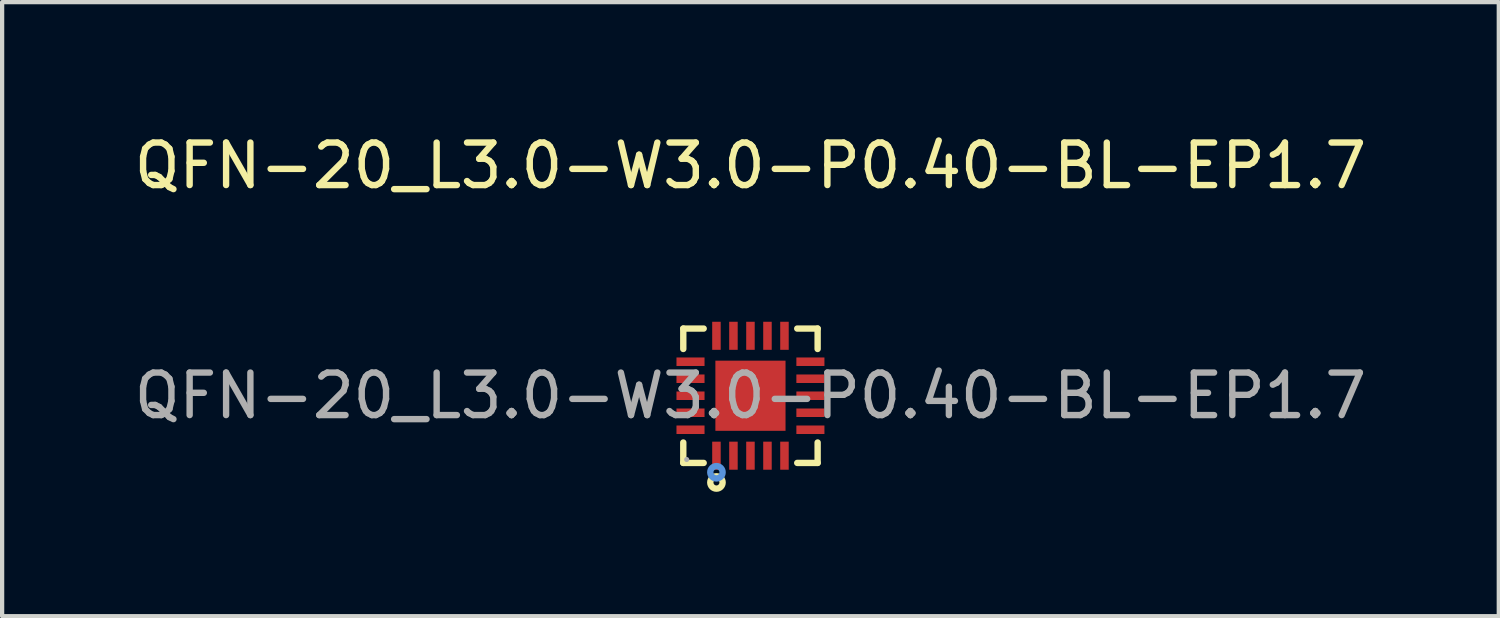
<source format=kicad_pcb>
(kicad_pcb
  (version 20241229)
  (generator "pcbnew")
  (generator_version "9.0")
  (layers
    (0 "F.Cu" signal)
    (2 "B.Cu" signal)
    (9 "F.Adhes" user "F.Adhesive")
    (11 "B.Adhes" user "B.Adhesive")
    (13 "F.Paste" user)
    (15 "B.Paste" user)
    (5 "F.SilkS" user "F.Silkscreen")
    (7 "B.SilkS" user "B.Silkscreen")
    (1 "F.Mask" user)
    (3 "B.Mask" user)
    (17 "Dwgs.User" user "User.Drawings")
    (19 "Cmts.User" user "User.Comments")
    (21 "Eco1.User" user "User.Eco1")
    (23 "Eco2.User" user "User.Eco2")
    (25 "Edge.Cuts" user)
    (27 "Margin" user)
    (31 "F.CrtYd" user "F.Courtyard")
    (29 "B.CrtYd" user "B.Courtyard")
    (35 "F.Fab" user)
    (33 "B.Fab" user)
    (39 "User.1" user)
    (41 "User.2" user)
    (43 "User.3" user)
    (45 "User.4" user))
  (footprint "QFN-20_L3.0-W3.0-P0.40-BL-EP1.7"
    (layer "F.Cu")
    (at 14.601 6.258)
    (property "Reference" "QFN-20_L3.0-W3.0-P0.40-BL-EP1.7" (at 0 -5.41 0) (layer "F.SilkS") (effects (font (size 1 1) (thickness 0.15))))
    (attr through_hole)
    (fp_line (start -1.58 -1.58) (end -1.1 -1.58) (stroke (width 0.15) (type solid)) (layer "F.SilkS"))
    (fp_line (start -1.58 -1.1) (end -1.58 -1.58) (stroke (width 0.15) (type solid)) (layer "F.SilkS"))
    (fp_line (start -1.58 1.1) (end -1.58 1.58) (stroke (width 0.15) (type solid)) (layer "F.SilkS"))
    (fp_line (start -1.58 1.58) (end -1.1 1.58) (stroke (width 0.15) (type solid)) (layer "F.SilkS"))
    (fp_line (start 1.58 -1.58) (end 1.1 -1.58) (stroke (width 0.15) (type solid)) (layer "F.SilkS"))
    (fp_line (start 1.58 -1.1) (end 1.58 -1.58) (stroke (width 0.15) (type solid)) (layer "F.SilkS"))
    (fp_line (start 1.58 1.1) (end 1.58 1.58) (stroke (width 0.15) (type solid)) (layer "F.SilkS"))
    (fp_line (start 1.58 1.58) (end 1.1 1.58) (stroke (width 0.15) (type solid)) (layer "F.SilkS"))
    (fp_circle (center -0.8 2.04) (end -0.73 2.04) (stroke (width 0.15) (type solid)) (fill no) (layer "F.SilkS"))
    (fp_circle (center -0.8 1.8) (end -0.73 1.8) (stroke (width 0.15) (type solid)) (fill no) (layer "Cmts.User"))
    (fp_circle (center -1.5 1.5) (end -1.47 1.5) (stroke (width 0.06) (type solid)) (fill no) (layer "F.Fab"))
    (fp_text user "${REFERENCE}" (at 0 0 0) (layer "F.Fab") (effects (font (size 1 1) (thickness 0.15))))
    (pad "1" smd rect (at -0.8 1.41) (size 0.2 0.66) (layers "F.Cu" "F.Mask" "F.Paste"))
    (pad "2" smd rect (at -0.4 1.41) (size 0.2 0.66) (layers "F.Cu" "F.Mask" "F.Paste"))
    (pad "3" smd rect (at 0 1.41) (size 0.2 0.66) (layers "F.Cu" "F.Mask" "F.Paste"))
    (pad "4" smd rect (at 0.4 1.41) (size 0.2 0.66) (layers "F.Cu" "F.Mask" "F.Paste"))
    (pad "5" smd rect (at 0.8 1.41) (size 0.2 0.66) (layers "F.Cu" "F.Mask" "F.Paste"))
    (pad "6" smd rect (at 1.41 0.8) (size 0.66 0.2) (layers "F.Cu" "F.Mask" "F.Paste"))
    (pad "7" smd rect (at 1.41 0.4) (size 0.66 0.2) (layers "F.Cu" "F.Mask" "F.Paste"))
    (pad "8" smd rect (at 1.41 0) (size 0.66 0.2) (layers "F.Cu" "F.Mask" "F.Paste"))
    (pad "9" smd rect (at 1.41 -0.4) (size 0.66 0.2) (layers "F.Cu" "F.Mask" "F.Paste"))
    (pad "10" smd rect (at 1.41 -0.8) (size 0.66 0.2) (layers "F.Cu" "F.Mask" "F.Paste"))
    (pad "11" smd rect (at 0.8 -1.41) (size 0.2 0.66) (layers "F.Cu" "F.Mask" "F.Paste"))
    (pad "12" smd rect (at 0.4 -1.41) (size 0.2 0.66) (layers "F.Cu" "F.Mask" "F.Paste"))
    (pad "13" smd rect (at 0 -1.41) (size 0.2 0.66) (layers "F.Cu" "F.Mask" "F.Paste"))
    (pad "14" smd rect (at -0.4 -1.41) (size 0.2 0.66) (layers "F.Cu" "F.Mask" "F.Paste"))
    (pad "15" smd rect (at -0.8 -1.41) (size 0.2 0.66) (layers "F.Cu" "F.Mask" "F.Paste"))
    (pad "16" smd rect (at -1.41 -0.8) (size 0.66 0.2) (layers "F.Cu" "F.Mask" "F.Paste"))
    (pad "17" smd rect (at -1.41 -0.4) (size 0.66 0.2) (layers "F.Cu" "F.Mask" "F.Paste"))
    (pad "18" smd rect (at -1.41 0) (size 0.66 0.2) (layers "F.Cu" "F.Mask" "F.Paste"))
    (pad "19" smd rect (at -1.41 0.4) (size 0.66 0.2) (layers "F.Cu" "F.Mask" "F.Paste"))
    (pad "20" smd rect (at -1.41 0.8) (size 0.66 0.2) (layers "F.Cu" "F.Mask" "F.Paste"))
    (pad "21" smd rect (at 0 0) (size 1.65 1.65) (layers "F.Cu" "F.Mask" "F.Paste")))
  (gr_rect
    (start -3 -3)
    (end 32.202 11.443)
    (stroke (width 0.1) (type default))
    (fill no)
    (layer "Edge.Cuts")))
</source>
